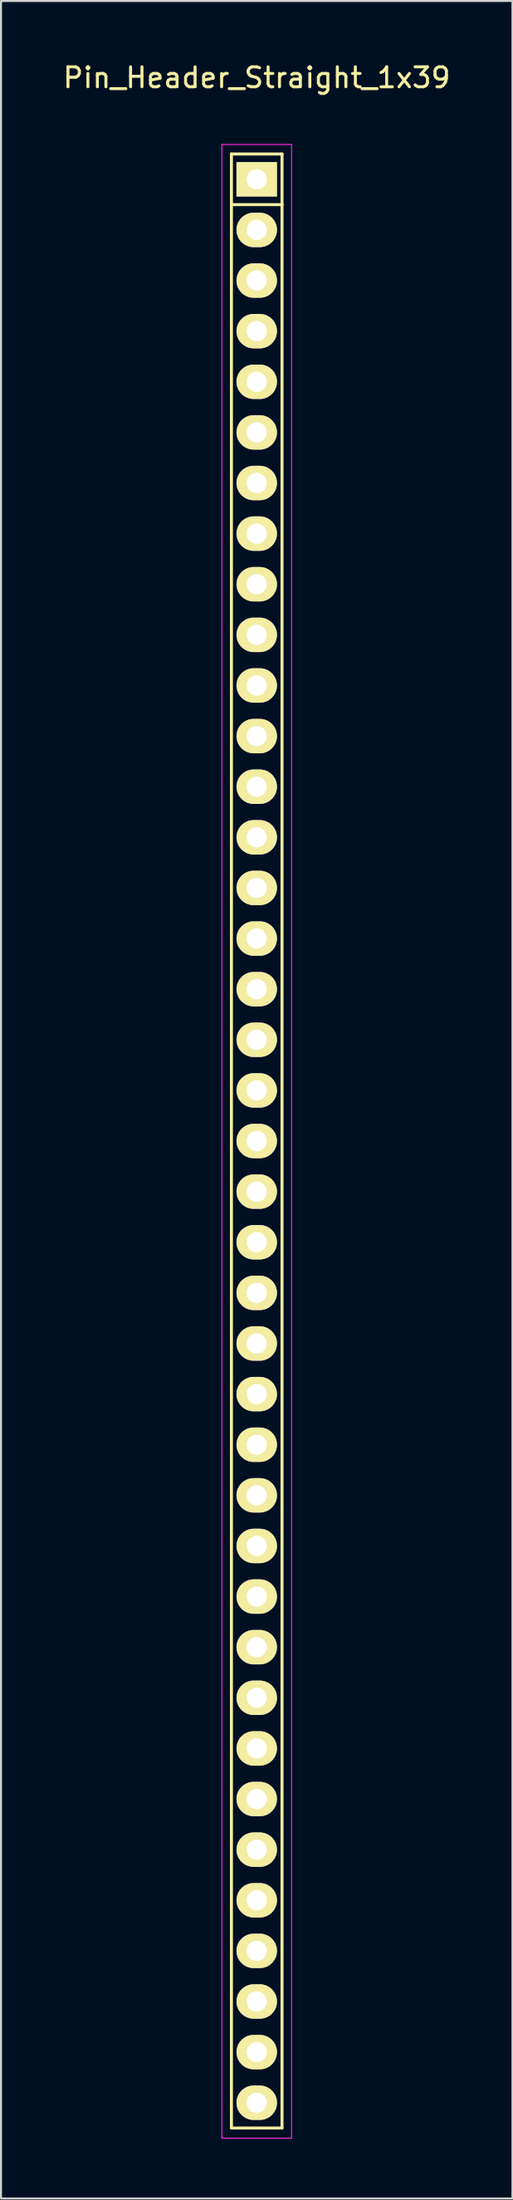
<source format=kicad_pcb>
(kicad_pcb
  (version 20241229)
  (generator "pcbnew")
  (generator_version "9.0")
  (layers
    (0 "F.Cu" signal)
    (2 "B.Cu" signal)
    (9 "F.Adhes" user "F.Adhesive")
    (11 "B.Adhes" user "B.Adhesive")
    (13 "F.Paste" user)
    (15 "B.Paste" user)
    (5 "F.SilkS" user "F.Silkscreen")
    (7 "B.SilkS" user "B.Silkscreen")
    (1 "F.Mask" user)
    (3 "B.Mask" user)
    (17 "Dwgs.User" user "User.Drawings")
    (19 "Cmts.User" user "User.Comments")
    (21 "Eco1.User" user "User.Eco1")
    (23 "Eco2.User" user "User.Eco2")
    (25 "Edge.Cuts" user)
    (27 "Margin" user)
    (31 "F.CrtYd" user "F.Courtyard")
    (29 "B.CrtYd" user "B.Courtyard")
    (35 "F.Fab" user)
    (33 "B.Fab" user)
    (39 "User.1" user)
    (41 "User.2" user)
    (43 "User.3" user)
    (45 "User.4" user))
  (footprint "Pin_Header_Straight_1x39"
    (layer "F.Cu")
    (at 9.839 5.948)
    (property "Reference" "Pin_Header_Straight_1x39" (at 0 -5.1 0) (layer "F.SilkS") (effects (font (size 1 1) (thickness 0.15))))
    (attr through_hole)
    (fp_line (start -1.27 -1.27) (end -1.27 1.27) (stroke (width 0.15) (type solid)) (layer "F.SilkS"))
    (fp_line (start -1.27 1.27) (end -1.27 97.79) (stroke (width 0.15) (type solid)) (layer "F.SilkS"))
    (fp_line (start -1.27 97.79) (end 1.27 97.79) (stroke (width 0.15) (type solid)) (layer "F.SilkS"))
    (fp_line (start 1.27 -1.27) (end -1.27 -1.27) (stroke (width 0.15) (type solid)) (layer "F.SilkS"))
    (fp_line (start 1.27 -1.27) (end 1.27 1.27) (stroke (width 0.15) (type solid)) (layer "F.SilkS"))
    (fp_line (start 1.27 1.27) (end -1.27 1.27) (stroke (width 0.15) (type solid)) (layer "F.SilkS"))
    (fp_line (start 1.27 97.79) (end 1.27 1.27) (stroke (width 0.15) (type solid)) (layer "F.SilkS"))
    (fp_line (start -1.75 -1.75) (end -1.75 98.3) (stroke (width 0.05) (type solid)) (layer "F.CrtYd"))
    (fp_line (start -1.75 -1.75) (end 1.75 -1.75) (stroke (width 0.05) (type solid)) (layer "F.CrtYd"))
    (fp_line (start -1.75 98.3) (end 1.75 98.3) (stroke (width 0.05) (type solid)) (layer "F.CrtYd"))
    (fp_line (start 1.75 -1.75) (end 1.75 98.3) (stroke (width 0.05) (type solid)) (layer "F.CrtYd"))
    (pad "1" thru_hole rect (at 0 0) (size 2.032 1.727) (drill 1.016) (layers "*.Cu" "*.Mask" "F.SilkS"))
    (pad "2" thru_hole oval (at 0 2.54) (size 2.032 1.727) (drill 1.016) (layers "*.Cu" "*.Mask" "F.SilkS"))
    (pad "3" thru_hole oval (at 0 5.08) (size 2.032 1.727) (drill 1.016) (layers "*.Cu" "*.Mask" "F.SilkS"))
    (pad "4" thru_hole oval (at 0 7.62) (size 2.032 1.727) (drill 1.016) (layers "*.Cu" "*.Mask" "F.SilkS"))
    (pad "5" thru_hole oval (at 0 10.16) (size 2.032 1.727) (drill 1.016) (layers "*.Cu" "*.Mask" "F.SilkS"))
    (pad "6" thru_hole oval (at 0 12.7) (size 2.032 1.727) (drill 1.016) (layers "*.Cu" "*.Mask" "F.SilkS"))
    (pad "7" thru_hole oval (at 0 15.24) (size 2.032 1.727) (drill 1.016) (layers "*.Cu" "*.Mask" "F.SilkS"))
    (pad "8" thru_hole oval (at 0 17.78) (size 2.032 1.727) (drill 1.016) (layers "*.Cu" "*.Mask" "F.SilkS"))
    (pad "9" thru_hole oval (at 0 20.32) (size 2.032 1.727) (drill 1.016) (layers "*.Cu" "*.Mask" "F.SilkS"))
    (pad "10" thru_hole oval (at 0 22.86) (size 2.032 1.727) (drill 1.016) (layers "*.Cu" "*.Mask" "F.SilkS"))
    (pad "11" thru_hole oval (at 0 25.4) (size 2.032 1.727) (drill 1.016) (layers "*.Cu" "*.Mask" "F.SilkS"))
    (pad "12" thru_hole oval (at 0 27.94) (size 2.032 1.727) (drill 1.016) (layers "*.Cu" "*.Mask" "F.SilkS"))
    (pad "13" thru_hole oval (at 0 30.48) (size 2.032 1.727) (drill 1.016) (layers "*.Cu" "*.Mask" "F.SilkS"))
    (pad "14" thru_hole oval (at 0 33.02) (size 2.032 1.727) (drill 1.016) (layers "*.Cu" "*.Mask" "F.SilkS"))
    (pad "15" thru_hole oval (at 0 35.56) (size 2.032 1.727) (drill 1.016) (layers "*.Cu" "*.Mask" "F.SilkS"))
    (pad "16" thru_hole oval (at 0 38.1) (size 2.032 1.727) (drill 1.016) (layers "*.Cu" "*.Mask" "F.SilkS"))
    (pad "17" thru_hole oval (at 0 40.64) (size 2.032 1.727) (drill 1.016) (layers "*.Cu" "*.Mask" "F.SilkS"))
    (pad "18" thru_hole oval (at 0 43.18) (size 2.032 1.727) (drill 1.016) (layers "*.Cu" "*.Mask" "F.SilkS"))
    (pad "19" thru_hole oval (at 0 45.72) (size 2.032 1.727) (drill 1.016) (layers "*.Cu" "*.Mask" "F.SilkS"))
    (pad "20" thru_hole oval (at 0 48.26) (size 2.032 1.727) (drill 1.016) (layers "*.Cu" "*.Mask" "F.SilkS"))
    (pad "21" thru_hole oval (at 0 50.8) (size 2.032 1.727) (drill 1.016) (layers "*.Cu" "*.Mask" "F.SilkS"))
    (pad "22" thru_hole oval (at 0 53.34) (size 2.032 1.727) (drill 1.016) (layers "*.Cu" "*.Mask" "F.SilkS"))
    (pad "23" thru_hole oval (at 0 55.88) (size 2.032 1.727) (drill 1.016) (layers "*.Cu" "*.Mask" "F.SilkS"))
    (pad "24" thru_hole oval (at 0 58.42) (size 2.032 1.727) (drill 1.016) (layers "*.Cu" "*.Mask" "F.SilkS"))
    (pad "25" thru_hole oval (at 0 60.96) (size 2.032 1.727) (drill 1.016) (layers "*.Cu" "*.Mask" "F.SilkS"))
    (pad "26" thru_hole oval (at 0 63.5) (size 2.032 1.727) (drill 1.016) (layers "*.Cu" "*.Mask" "F.SilkS"))
    (pad "27" thru_hole oval (at 0 66.04) (size 2.032 1.727) (drill 1.016) (layers "*.Cu" "*.Mask" "F.SilkS"))
    (pad "28" thru_hole oval (at 0 68.58) (size 2.032 1.727) (drill 1.016) (layers "*.Cu" "*.Mask" "F.SilkS"))
    (pad "29" thru_hole oval (at 0 71.12) (size 2.032 1.727) (drill 1.016) (layers "*.Cu" "*.Mask" "F.SilkS"))
    (pad "30" thru_hole oval (at 0 73.66) (size 2.032 1.727) (drill 1.016) (layers "*.Cu" "*.Mask" "F.SilkS"))
    (pad "31" thru_hole oval (at 0 76.2) (size 2.032 1.727) (drill 1.016) (layers "*.Cu" "*.Mask" "F.SilkS"))
    (pad "32" thru_hole oval (at 0 78.74) (size 2.032 1.727) (drill 1.016) (layers "*.Cu" "*.Mask" "F.SilkS"))
    (pad "33" thru_hole oval (at 0 81.28) (size 2.032 1.727) (drill 1.016) (layers "*.Cu" "*.Mask" "F.SilkS"))
    (pad "34" thru_hole oval (at 0 83.82) (size 2.032 1.727) (drill 1.016) (layers "*.Cu" "*.Mask" "F.SilkS"))
    (pad "35" thru_hole oval (at 0 86.36) (size 2.032 1.727) (drill 1.016) (layers "*.Cu" "*.Mask" "F.SilkS"))
    (pad "36" thru_hole oval (at 0 88.9) (size 2.032 1.727) (drill 1.016) (layers "*.Cu" "*.Mask" "F.SilkS"))
    (pad "37" thru_hole oval (at 0 91.44) (size 2.032 1.727) (drill 1.016) (layers "*.Cu" "*.Mask" "F.SilkS"))
    (pad "38" thru_hole oval (at 0 93.98) (size 2.032 1.727) (drill 1.016) (layers "*.Cu" "*.Mask" "F.SilkS"))
    (pad "39" thru_hole oval (at 0 96.52) (size 2.032 1.727) (drill 1.016) (layers "*.Cu" "*.Mask" "F.SilkS")))
  (gr_rect
    (start -3 -3)
    (end 22.679 107.273)
    (stroke (width 0.1) (type default))
    (fill no)
    (layer "Edge.Cuts")))
</source>
